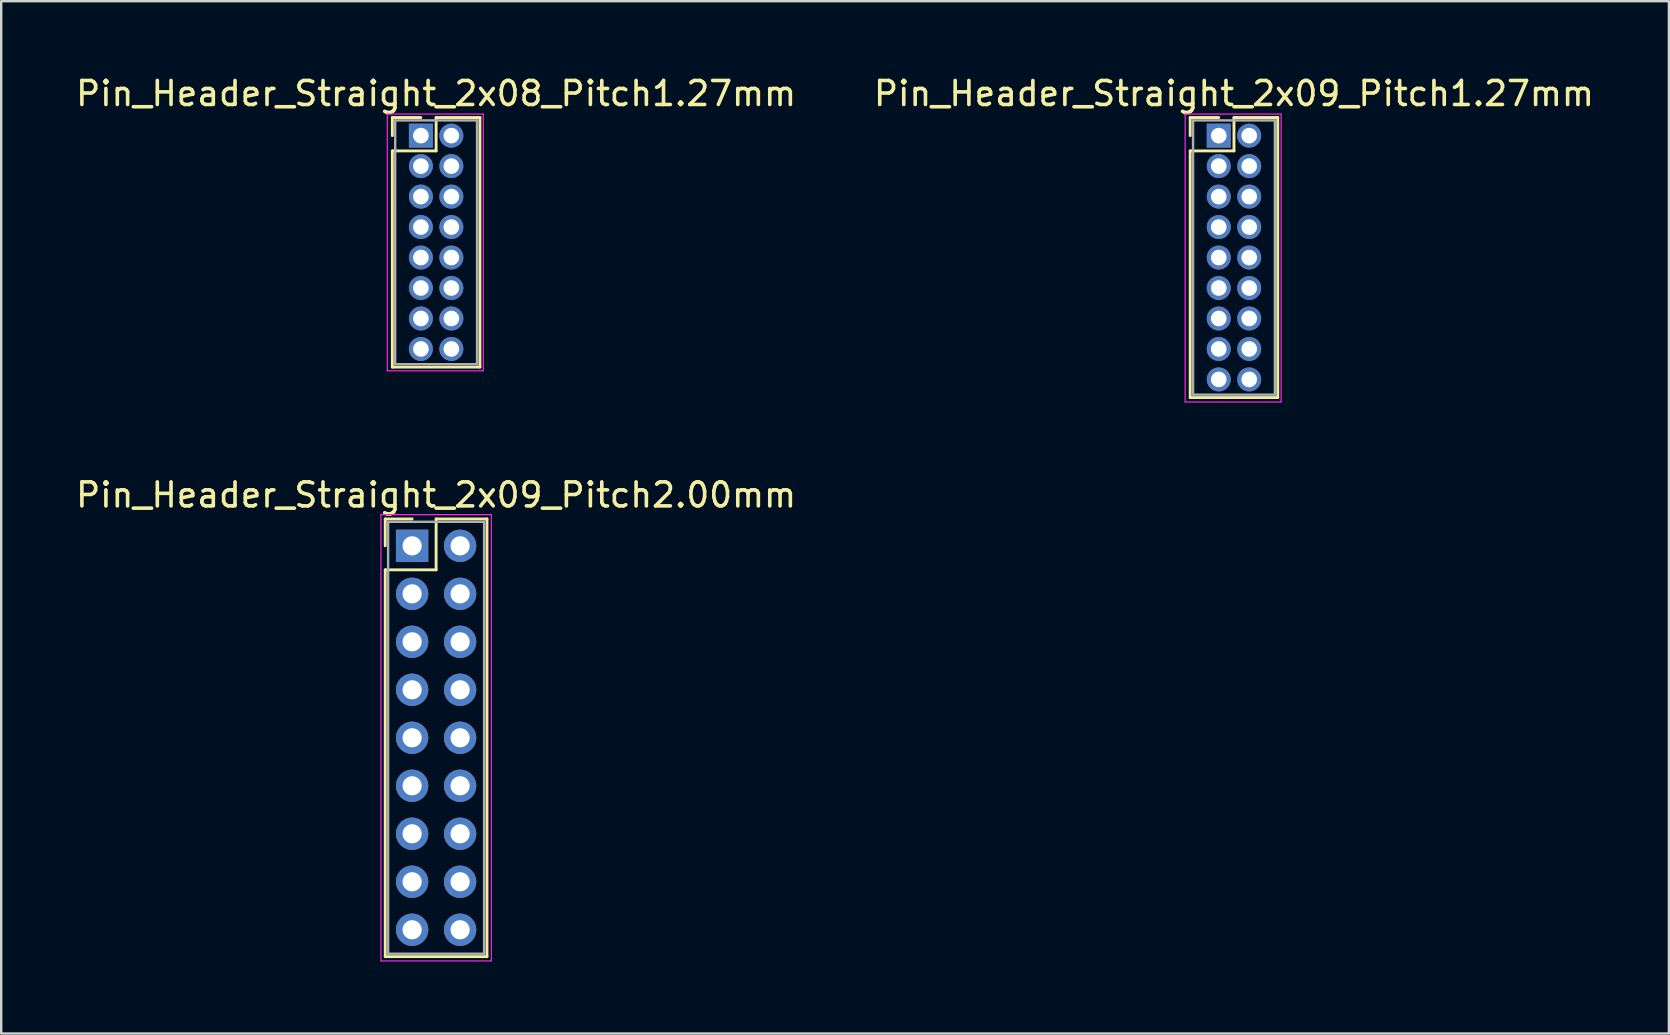
<source format=kicad_pcb>
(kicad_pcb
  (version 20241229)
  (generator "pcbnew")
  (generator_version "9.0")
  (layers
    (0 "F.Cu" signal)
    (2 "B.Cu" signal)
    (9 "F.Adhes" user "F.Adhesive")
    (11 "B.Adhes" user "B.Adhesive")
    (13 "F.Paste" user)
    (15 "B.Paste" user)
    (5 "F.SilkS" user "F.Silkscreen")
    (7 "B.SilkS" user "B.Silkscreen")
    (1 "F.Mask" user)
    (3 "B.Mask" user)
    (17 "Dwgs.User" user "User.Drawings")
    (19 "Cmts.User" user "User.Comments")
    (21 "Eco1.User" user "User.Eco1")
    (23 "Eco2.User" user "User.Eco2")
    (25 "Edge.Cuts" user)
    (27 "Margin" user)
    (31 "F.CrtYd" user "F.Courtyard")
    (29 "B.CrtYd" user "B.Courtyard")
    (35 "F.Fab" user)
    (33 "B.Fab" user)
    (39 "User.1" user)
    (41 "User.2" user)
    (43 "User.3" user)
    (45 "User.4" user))
  (footprint "Pin_Header_Straight_2x08_Pitch1.27mm"
    (layer "F.Cu")
    (at 14.49 2.603)
    (property "Reference" "Pin_Header_Straight_2x08_Pitch1.27mm" (at 0.635 -1.755 0) (layer "F.SilkS") (effects (font (size 1 1) (thickness 0.15))))
    (attr through_hole)
    (fp_line (start -1.19 -0.755) (end 0 -0.755) (stroke (width 0.12) (type solid)) (layer "F.SilkS"))
    (fp_line (start -1.19 0) (end -1.19 -0.755) (stroke (width 0.12) (type solid)) (layer "F.SilkS"))
    (fp_line (start -1.19 0.635) (end -1.19 9.645) (stroke (width 0.12) (type solid)) (layer "F.SilkS"))
    (fp_line (start -1.19 9.645) (end 2.46 9.645) (stroke (width 0.12) (type solid)) (layer "F.SilkS"))
    (fp_line (start 0.635 -0.755) (end 0.635 0.635) (stroke (width 0.12) (type solid)) (layer "F.SilkS"))
    (fp_line (start 0.635 0.635) (end -1.19 0.635) (stroke (width 0.12) (type solid)) (layer "F.SilkS"))
    (fp_line (start 2.46 -0.755) (end 0.635 -0.755) (stroke (width 0.12) (type solid)) (layer "F.SilkS"))
    (fp_line (start 2.46 9.645) (end 2.46 -0.755) (stroke (width 0.12) (type solid)) (layer "F.SilkS"))
    (fp_line (start -1.4 -0.9) (end -1.4 9.8) (stroke (width 0.05) (type solid)) (layer "F.CrtYd"))
    (fp_line (start -1.4 9.8) (end 2.6 9.8) (stroke (width 0.05) (type solid)) (layer "F.CrtYd"))
    (fp_line (start 2.6 -0.9) (end -1.4 -0.9) (stroke (width 0.05) (type solid)) (layer "F.CrtYd"))
    (fp_line (start 2.6 9.8) (end 2.6 -0.9) (stroke (width 0.05) (type solid)) (layer "F.CrtYd"))
    (fp_line (start -1.07 -0.635) (end -1.07 9.525) (stroke (width 0.1) (type solid)) (layer "F.Fab"))
    (fp_line (start -1.07 9.525) (end 2.34 9.525) (stroke (width 0.1) (type solid)) (layer "F.Fab"))
    (fp_line (start 2.34 -0.635) (end -1.07 -0.635) (stroke (width 0.1) (type solid)) (layer "F.Fab"))
    (fp_line (start 2.34 9.525) (end 2.34 -0.635) (stroke (width 0.1) (type solid)) (layer "F.Fab"))
    (pad "1" thru_hole rect (at 0 0) (size 1 1) (drill 0.65) (layers "*.Cu" "*.Mask"))
    (pad "2" thru_hole oval (at 1.27 0) (size 1 1) (drill 0.65) (layers "*.Cu" "*.Mask"))
    (pad "3" thru_hole oval (at 0 1.27) (size 1 1) (drill 0.65) (layers "*.Cu" "*.Mask"))
    (pad "4" thru_hole oval (at 1.27 1.27) (size 1 1) (drill 0.65) (layers "*.Cu" "*.Mask"))
    (pad "5" thru_hole oval (at 0 2.54) (size 1 1) (drill 0.65) (layers "*.Cu" "*.Mask"))
    (pad "6" thru_hole oval (at 1.27 2.54) (size 1 1) (drill 0.65) (layers "*.Cu" "*.Mask"))
    (pad "7" thru_hole oval (at 0 3.81) (size 1 1) (drill 0.65) (layers "*.Cu" "*.Mask"))
    (pad "8" thru_hole oval (at 1.27 3.81) (size 1 1) (drill 0.65) (layers "*.Cu" "*.Mask"))
    (pad "9" thru_hole oval (at 0 5.08) (size 1 1) (drill 0.65) (layers "*.Cu" "*.Mask"))
    (pad "10" thru_hole oval (at 1.27 5.08) (size 1 1) (drill 0.65) (layers "*.Cu" "*.Mask"))
    (pad "11" thru_hole oval (at 0 6.35) (size 1 1) (drill 0.65) (layers "*.Cu" "*.Mask"))
    (pad "12" thru_hole oval (at 1.27 6.35) (size 1 1) (drill 0.65) (layers "*.Cu" "*.Mask"))
    (pad "13" thru_hole oval (at 0 7.62) (size 1 1) (drill 0.65) (layers "*.Cu" "*.Mask"))
    (pad "14" thru_hole oval (at 1.27 7.62) (size 1 1) (drill 0.65) (layers "*.Cu" "*.Mask"))
    (pad "15" thru_hole oval (at 0 8.89) (size 1 1) (drill 0.65) (layers "*.Cu" "*.Mask"))
    (pad "16" thru_hole oval (at 1.27 8.89) (size 1 1) (drill 0.65) (layers "*.Cu" "*.Mask")))
  (footprint "Pin_Header_Straight_2x09_Pitch1.27mm"
    (layer "F.Cu")
    (at 47.74 2.603)
    (property "Reference" "Pin_Header_Straight_2x09_Pitch1.27mm" (at 0.635 -1.755 0) (layer "F.SilkS") (effects (font (size 1 1) (thickness 0.15))))
    (attr through_hole)
    (fp_line (start -1.19 -0.755) (end 0 -0.755) (stroke (width 0.12) (type solid)) (layer "F.SilkS"))
    (fp_line (start -1.19 0) (end -1.19 -0.755) (stroke (width 0.12) (type solid)) (layer "F.SilkS"))
    (fp_line (start -1.19 0.635) (end -1.19 10.915) (stroke (width 0.12) (type solid)) (layer "F.SilkS"))
    (fp_line (start -1.19 10.915) (end 2.46 10.915) (stroke (width 0.12) (type solid)) (layer "F.SilkS"))
    (fp_line (start 0.635 -0.755) (end 0.635 0.635) (stroke (width 0.12) (type solid)) (layer "F.SilkS"))
    (fp_line (start 0.635 0.635) (end -1.19 0.635) (stroke (width 0.12) (type solid)) (layer "F.SilkS"))
    (fp_line (start 2.46 -0.755) (end 0.635 -0.755) (stroke (width 0.12) (type solid)) (layer "F.SilkS"))
    (fp_line (start 2.46 10.915) (end 2.46 -0.755) (stroke (width 0.12) (type solid)) (layer "F.SilkS"))
    (fp_line (start -1.4 -0.9) (end -1.4 11.1) (stroke (width 0.05) (type solid)) (layer "F.CrtYd"))
    (fp_line (start -1.4 11.1) (end 2.6 11.1) (stroke (width 0.05) (type solid)) (layer "F.CrtYd"))
    (fp_line (start 2.6 -0.9) (end -1.4 -0.9) (stroke (width 0.05) (type solid)) (layer "F.CrtYd"))
    (fp_line (start 2.6 11.1) (end 2.6 -0.9) (stroke (width 0.05) (type solid)) (layer "F.CrtYd"))
    (fp_line (start -1.07 -0.635) (end -1.07 10.795) (stroke (width 0.1) (type solid)) (layer "F.Fab"))
    (fp_line (start -1.07 10.795) (end 2.34 10.795) (stroke (width 0.1) (type solid)) (layer "F.Fab"))
    (fp_line (start 2.34 -0.635) (end -1.07 -0.635) (stroke (width 0.1) (type solid)) (layer "F.Fab"))
    (fp_line (start 2.34 10.795) (end 2.34 -0.635) (stroke (width 0.1) (type solid)) (layer "F.Fab"))
    (pad "1" thru_hole rect (at 0 0) (size 1 1) (drill 0.65) (layers "*.Cu" "*.Mask"))
    (pad "2" thru_hole oval (at 1.27 0) (size 1 1) (drill 0.65) (layers "*.Cu" "*.Mask"))
    (pad "3" thru_hole oval (at 0 1.27) (size 1 1) (drill 0.65) (layers "*.Cu" "*.Mask"))
    (pad "4" thru_hole oval (at 1.27 1.27) (size 1 1) (drill 0.65) (layers "*.Cu" "*.Mask"))
    (pad "5" thru_hole oval (at 0 2.54) (size 1 1) (drill 0.65) (layers "*.Cu" "*.Mask"))
    (pad "6" thru_hole oval (at 1.27 2.54) (size 1 1) (drill 0.65) (layers "*.Cu" "*.Mask"))
    (pad "7" thru_hole oval (at 0 3.81) (size 1 1) (drill 0.65) (layers "*.Cu" "*.Mask"))
    (pad "8" thru_hole oval (at 1.27 3.81) (size 1 1) (drill 0.65) (layers "*.Cu" "*.Mask"))
    (pad "9" thru_hole oval (at 0 5.08) (size 1 1) (drill 0.65) (layers "*.Cu" "*.Mask"))
    (pad "10" thru_hole oval (at 1.27 5.08) (size 1 1) (drill 0.65) (layers "*.Cu" "*.Mask"))
    (pad "11" thru_hole oval (at 0 6.35) (size 1 1) (drill 0.65) (layers "*.Cu" "*.Mask"))
    (pad "12" thru_hole oval (at 1.27 6.35) (size 1 1) (drill 0.65) (layers "*.Cu" "*.Mask"))
    (pad "13" thru_hole oval (at 0 7.62) (size 1 1) (drill 0.65) (layers "*.Cu" "*.Mask"))
    (pad "14" thru_hole oval (at 1.27 7.62) (size 1 1) (drill 0.65) (layers "*.Cu" "*.Mask"))
    (pad "15" thru_hole oval (at 0 8.89) (size 1 1) (drill 0.65) (layers "*.Cu" "*.Mask"))
    (pad "16" thru_hole oval (at 1.27 8.89) (size 1 1) (drill 0.65) (layers "*.Cu" "*.Mask"))
    (pad "17" thru_hole oval (at 0 10.16) (size 1 1) (drill 0.65) (layers "*.Cu" "*.Mask"))
    (pad "18" thru_hole oval (at 1.27 10.16) (size 1 1) (drill 0.65) (layers "*.Cu" "*.Mask")))
  (footprint "Pin_Header_Straight_2x09_Pitch2.00mm"
    (layer "F.Cu")
    (at 14.125 19.697)
    (property "Reference" "Pin_Header_Straight_2x09_Pitch2.00mm" (at 1 -2.12 0) (layer "F.SilkS") (effects (font (size 1 1) (thickness 0.15))))
    (attr through_hole)
    (fp_line (start -1.12 -1.12) (end 0 -1.12) (stroke (width 0.12) (type solid)) (layer "F.SilkS"))
    (fp_line (start -1.12 0) (end -1.12 -1.12) (stroke (width 0.12) (type solid)) (layer "F.SilkS"))
    (fp_line (start -1.12 1) (end -1.12 17.12) (stroke (width 0.12) (type solid)) (layer "F.SilkS"))
    (fp_line (start -1.12 17.12) (end 3.12 17.12) (stroke (width 0.12) (type solid)) (layer "F.SilkS"))
    (fp_line (start 1 -1.12) (end 1 1) (stroke (width 0.12) (type solid)) (layer "F.SilkS"))
    (fp_line (start 1 1) (end -1.12 1) (stroke (width 0.12) (type solid)) (layer "F.SilkS"))
    (fp_line (start 3.12 -1.12) (end 1 -1.12) (stroke (width 0.12) (type solid)) (layer "F.SilkS"))
    (fp_line (start 3.12 17.12) (end 3.12 -1.12) (stroke (width 0.12) (type solid)) (layer "F.SilkS"))
    (fp_line (start -1.3 -1.3) (end -1.3 17.3) (stroke (width 0.05) (type solid)) (layer "F.CrtYd"))
    (fp_line (start -1.3 17.3) (end 3.3 17.3) (stroke (width 0.05) (type solid)) (layer "F.CrtYd"))
    (fp_line (start 3.3 -1.3) (end -1.3 -1.3) (stroke (width 0.05) (type solid)) (layer "F.CrtYd"))
    (fp_line (start 3.3 17.3) (end 3.3 -1.3) (stroke (width 0.05) (type solid)) (layer "F.CrtYd"))
    (fp_line (start -1 -1) (end -1 17) (stroke (width 0.1) (type solid)) (layer "F.Fab"))
    (fp_line (start -1 17) (end 3 17) (stroke (width 0.1) (type solid)) (layer "F.Fab"))
    (fp_line (start 3 -1) (end -1 -1) (stroke (width 0.1) (type solid)) (layer "F.Fab"))
    (fp_line (start 3 17) (end 3 -1) (stroke (width 0.1) (type solid)) (layer "F.Fab"))
    (pad "1" thru_hole rect (at 0 0) (size 1.35 1.35) (drill 0.8) (layers "*.Cu" "*.Mask"))
    (pad "2" thru_hole oval (at 2 0) (size 1.35 1.35) (drill 0.8) (layers "*.Cu" "*.Mask"))
    (pad "3" thru_hole oval (at 0 2) (size 1.35 1.35) (drill 0.8) (layers "*.Cu" "*.Mask"))
    (pad "4" thru_hole oval (at 2 2) (size 1.35 1.35) (drill 0.8) (layers "*.Cu" "*.Mask"))
    (pad "5" thru_hole oval (at 0 4) (size 1.35 1.35) (drill 0.8) (layers "*.Cu" "*.Mask"))
    (pad "6" thru_hole oval (at 2 4) (size 1.35 1.35) (drill 0.8) (layers "*.Cu" "*.Mask"))
    (pad "7" thru_hole oval (at 0 6) (size 1.35 1.35) (drill 0.8) (layers "*.Cu" "*.Mask"))
    (pad "8" thru_hole oval (at 2 6) (size 1.35 1.35) (drill 0.8) (layers "*.Cu" "*.Mask"))
    (pad "9" thru_hole oval (at 0 8) (size 1.35 1.35) (drill 0.8) (layers "*.Cu" "*.Mask"))
    (pad "10" thru_hole oval (at 2 8) (size 1.35 1.35) (drill 0.8) (layers "*.Cu" "*.Mask"))
    (pad "11" thru_hole oval (at 0 10) (size 1.35 1.35) (drill 0.8) (layers "*.Cu" "*.Mask"))
    (pad "12" thru_hole oval (at 2 10) (size 1.35 1.35) (drill 0.8) (layers "*.Cu" "*.Mask"))
    (pad "13" thru_hole oval (at 0 12) (size 1.35 1.35) (drill 0.8) (layers "*.Cu" "*.Mask"))
    (pad "14" thru_hole oval (at 2 12) (size 1.35 1.35) (drill 0.8) (layers "*.Cu" "*.Mask"))
    (pad "15" thru_hole oval (at 0 14) (size 1.35 1.35) (drill 0.8) (layers "*.Cu" "*.Mask"))
    (pad "16" thru_hole oval (at 2 14) (size 1.35 1.35) (drill 0.8) (layers "*.Cu" "*.Mask"))
    (pad "17" thru_hole oval (at 0 16) (size 1.35 1.35) (drill 0.8) (layers "*.Cu" "*.Mask"))
    (pad "18" thru_hole oval (at 2 16) (size 1.35 1.35) (drill 0.8) (layers "*.Cu" "*.Mask")))
  (gr_rect
    (start -3 -3)
    (end 66.5 40.022)
    (stroke (width 0.1) (type default))
    (fill no)
    (layer "Edge.Cuts")))
</source>
